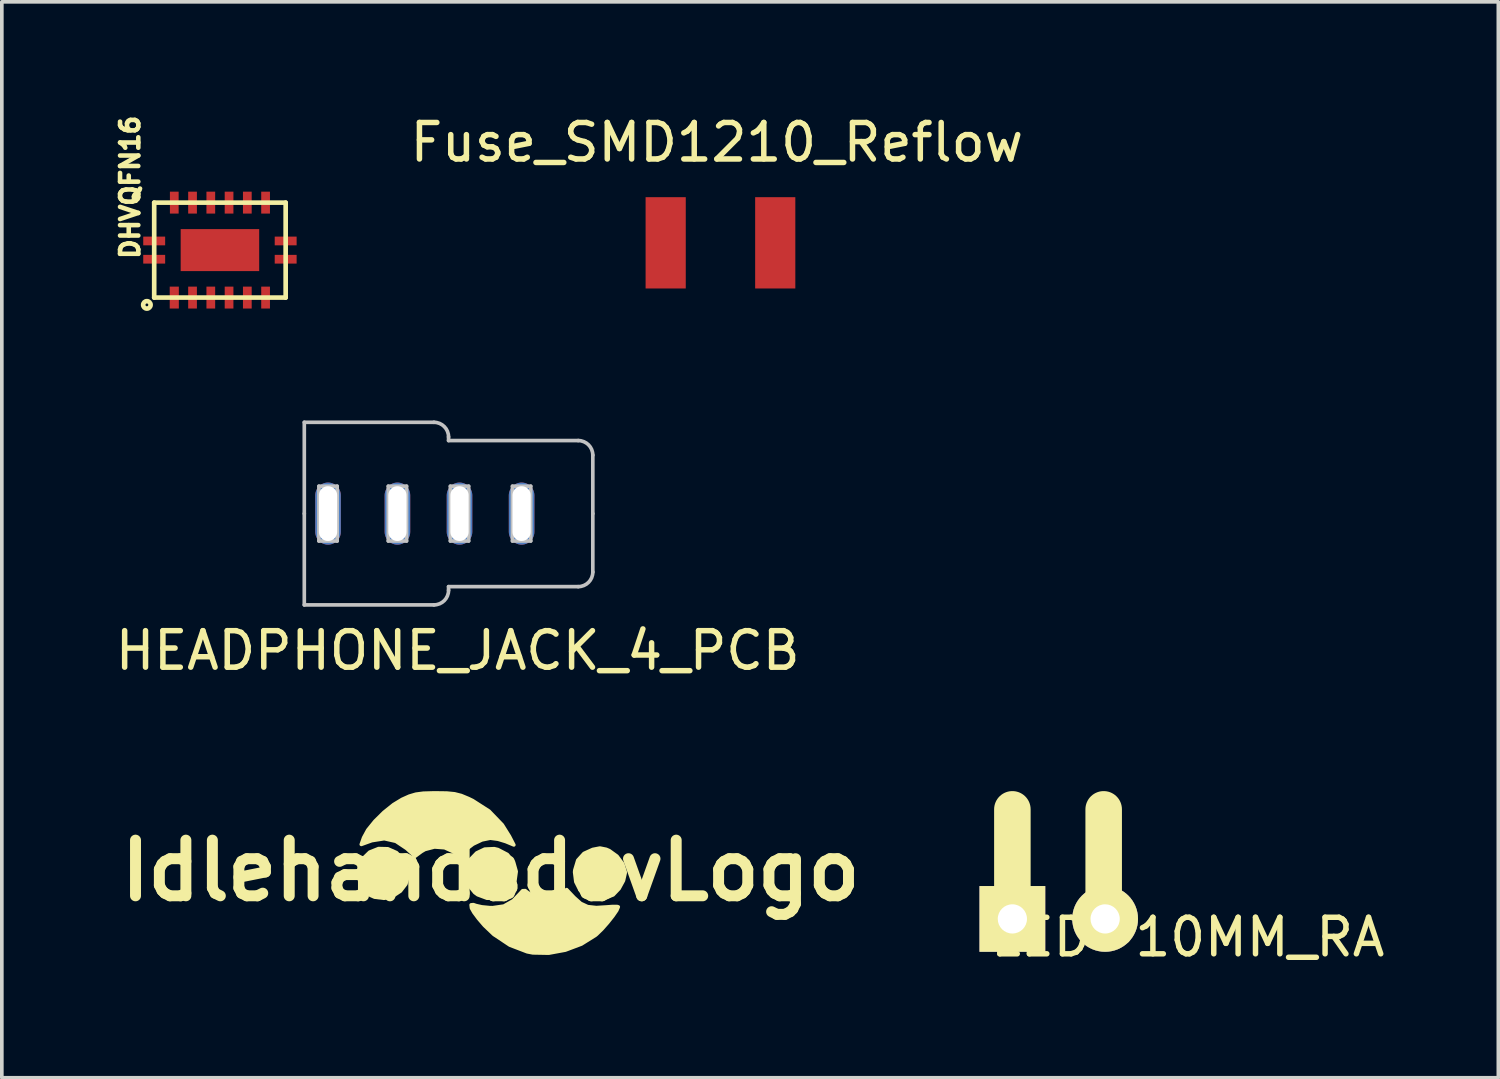
<source format=kicad_pcb>
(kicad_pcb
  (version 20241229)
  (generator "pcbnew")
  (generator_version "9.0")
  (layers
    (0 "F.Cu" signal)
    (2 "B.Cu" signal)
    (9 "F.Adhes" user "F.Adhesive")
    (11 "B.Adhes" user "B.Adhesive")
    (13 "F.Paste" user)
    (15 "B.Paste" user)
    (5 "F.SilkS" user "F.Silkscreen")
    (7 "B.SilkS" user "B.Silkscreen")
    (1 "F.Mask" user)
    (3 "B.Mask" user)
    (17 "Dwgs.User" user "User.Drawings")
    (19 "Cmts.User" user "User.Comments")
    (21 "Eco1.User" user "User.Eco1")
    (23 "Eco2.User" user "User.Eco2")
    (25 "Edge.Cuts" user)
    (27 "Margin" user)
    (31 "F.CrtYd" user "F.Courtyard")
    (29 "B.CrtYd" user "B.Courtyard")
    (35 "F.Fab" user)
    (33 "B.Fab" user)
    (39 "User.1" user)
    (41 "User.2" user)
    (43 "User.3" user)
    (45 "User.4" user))
  (footprint "LED-10MM_RA"
    (layer "F.Cu")
    (at 25.97 22.061)
    (property "Reference" "LED-10MM_RA" (at 3.5 0.55 0) (layer "F.SilkS") (effects (font (size 1 1) (thickness 0.15))))
    (attr through_hole)
    (fp_line (start -1.3 0.1) (end -1.3 -2.95) (stroke (width 1) (type solid)) (layer "F.SilkS"))
    (fp_line (start 1.2 -2.95) (end 1.2 0) (stroke (width 1) (type solid)) (layer "F.SilkS"))
    (pad "1" thru_hole rect (at -1.3 0.05 180) (size 1.8 1.8) (drill 0.8) (layers "*.Cu" "*.Mask" "F.SilkS"))
    (pad "2" thru_hole circle (at 1.24 0.05 180) (size 1.8 1.8) (drill 0.8) (layers "*.Cu" "*.Mask" "F.SilkS")))
  (footprint "HEADPHONE_JACK_4_PCB"
    (layer "F.Cu")
    (at 9.532 11.013)
    (property "Reference" "HEADPHONE_JACK_4_PCB" (at -0.05 3.75 0) (layer "F.SilkS") (effects (font (size 1 1) (thickness 0.15))))
    (attr through_hole)
    (fp_line (start -4.25 -2.5) (end -0.7 -2.5) (stroke (width 0.1) (type solid)) (layer "Dwgs.User"))
    (fp_line (start -4.25 0) (end -4.25 -2.5) (stroke (width 0.1) (type solid)) (layer "Dwgs.User"))
    (fp_line (start -4.25 0) (end -4.25 2.5) (stroke (width 0.1) (type solid)) (layer "Dwgs.User"))
    (fp_line (start -4.25 2.5) (end -0.7 2.5) (stroke (width 0.1) (type solid)) (layer "Dwgs.User"))
    (fp_line (start -3.85 -0.75) (end -3.85 0.75) (stroke (width 0.1) (type solid)) (layer "Dwgs.User"))
    (fp_line (start -3.85 -0.75) (end -3.35 -0.75) (stroke (width 0.1) (type solid)) (layer "Dwgs.User"))
    (fp_line (start -3.35 0.75) (end -3.85 0.75) (stroke (width 0.1) (type solid)) (layer "Dwgs.User"))
    (fp_line (start -3.35 0.75) (end -3.35 -0.75) (stroke (width 0.1) (type solid)) (layer "Dwgs.User"))
    (fp_line (start -1.95 -0.75) (end -1.95 0.75) (stroke (width 0.1) (type solid)) (layer "Dwgs.User"))
    (fp_line (start -1.95 -0.75) (end -1.45 -0.75) (stroke (width 0.1) (type solid)) (layer "Dwgs.User"))
    (fp_line (start -1.45 0.75) (end -1.95 0.75) (stroke (width 0.1) (type solid)) (layer "Dwgs.User"))
    (fp_line (start -1.45 0.75) (end -1.45 -0.75) (stroke (width 0.1) (type solid)) (layer "Dwgs.User"))
    (fp_line (start -0.3 -2.1) (end -0.3 -2) (stroke (width 0.1) (type solid)) (layer "Dwgs.User"))
    (fp_line (start -0.3 -2) (end 3.25 -2) (stroke (width 0.1) (type solid)) (layer "Dwgs.User"))
    (fp_line (start -0.3 2) (end 3.25 2) (stroke (width 0.1) (type solid)) (layer "Dwgs.User"))
    (fp_line (start -0.3 2.1) (end -0.3 2) (stroke (width 0.1) (type solid)) (layer "Dwgs.User"))
    (fp_line (start -0.25 -0.75) (end -0.25 0.75) (stroke (width 0.1) (type solid)) (layer "Dwgs.User"))
    (fp_line (start -0.25 -0.75) (end 0.25 -0.75) (stroke (width 0.1) (type solid)) (layer "Dwgs.User"))
    (fp_line (start 0.25 0.75) (end -0.25 0.75) (stroke (width 0.1) (type solid)) (layer "Dwgs.User"))
    (fp_line (start 0.25 0.75) (end 0.25 -0.75) (stroke (width 0.1) (type solid)) (layer "Dwgs.User"))
    (fp_line (start 1.45 -0.75) (end 1.45 0.75) (stroke (width 0.1) (type solid)) (layer "Dwgs.User"))
    (fp_line (start 1.45 -0.75) (end 1.95 -0.75) (stroke (width 0.1) (type solid)) (layer "Dwgs.User"))
    (fp_line (start 1.95 0.75) (end 1.45 0.75) (stroke (width 0.1) (type solid)) (layer "Dwgs.User"))
    (fp_line (start 1.95 0.75) (end 1.95 -0.75) (stroke (width 0.1) (type solid)) (layer "Dwgs.User"))
    (fp_line (start 3.65 -1.6) (end 3.65 0) (stroke (width 0.1) (type solid)) (layer "Dwgs.User"))
    (fp_line (start 3.65 1.6) (end 3.65 0) (stroke (width 0.1) (type solid)) (layer "Dwgs.User"))
    (fp_arc (start -0.700005 -2.499998) (mid -0.417162 -2.382841) (end -0.300005 -2.099998) (stroke (width 0.1) (type solid)) (layer "Dwgs.User"))
    (fp_arc (start -0.300005 2.099998) (mid -0.417162 2.382841) (end -0.700005 2.499998) (stroke (width 0.1) (type solid)) (layer "Dwgs.User"))
    (fp_arc (start 3.25 -1.999998) (mid 3.532843 -1.882841) (end 3.65 -1.599998) (stroke (width 0.1) (type solid)) (layer "Dwgs.User"))
    (fp_arc (start 3.65 1.599998) (mid 3.532843 1.882841) (end 3.25 1.999998) (stroke (width 0.1) (type solid)) (layer "Dwgs.User"))
    (pad "1" thru_hole oval (at -3.6 0) (size 0.7 1.7) (drill oval 0.5 1.5) (layers "*.Cu" "*.Mask"))
    (pad "2" thru_hole oval (at -1.7 0) (size 0.7 1.7) (drill oval 0.5 1.5) (layers "*.Cu" "*.Mask"))
    (pad "3" thru_hole oval (at 0 0) (size 0.7 1.7) (drill oval 0.5 1.5) (layers "*.Cu" "*.Mask"))
    (pad "4" thru_hole oval (at 1.7 0) (size 0.7 1.7) (drill oval 0.5 1.5) (layers "*.Cu" "*.Mask")))
  (footprint "Fuse_SMD1210_Reflow"
    (layer "F.Cu")
    (at 16.677 3.599)
    (property "Reference" "Fuse_SMD1210_Reflow" (at -0.099 -2.751 0) (layer "F.SilkS") (effects (font (size 1 1) (thickness 0.15))))
    (attr smd)
    (pad "1" smd rect (at -1.5 0 90) (size 2.5 1.1) (layers "F.Cu" "F.Mask" "F.Paste"))
    (pad "2" smd rect (at 1.5 0 90) (size 2.5 1.1) (layers "F.Cu" "F.Mask" "F.Paste")))
  (footprint "IdlehandsdevLogo"
    (layer "F.Cu")
    (at 10.385 20.789)
    (property "Reference" "IdlehandsdevLogo" (at 0 0 0) (layer "F.SilkS") (effects (font (size 1.524 1.524) (thickness 0.3))))
    (attr through_hole)
    (fp_poly (pts (xy -2.256 0.136) (xy -2.323 0.367) (xy -2.471 0.559) (xy -2.678 0.695) (xy -2.921 0.756) (xy -3.177 0.725) (xy -3.295 0.673) (xy -3.477 0.506) (xy -3.588 0.271) (xy -3.619 0.009) (xy -3.56 -0.236) (xy -3.52 -0.304) (xy -3.313 -0.506) (xy -3.07 -0.603) (xy -2.816 -0.597) (xy -2.579 -0.492) (xy -2.384 -0.293) (xy -2.294 -0.117) (xy -2.256 0.136)) (stroke (width 0.1) (type solid)) (fill yes) (layer "F.SilkS"))
    (fp_poly (pts (xy 0.698 0.023) (xy 0.66 0.3) (xy 0.593 0.445) (xy 0.409 0.643) (xy 0.168 0.748) (xy -0.098 0.755) (xy -0.355 0.659) (xy -0.437 0.599) (xy -0.608 0.387) (xy -0.676 0.149) (xy -0.652 -0.091) (xy -0.55 -0.31) (xy -0.382 -0.484) (xy -0.162 -0.588) (xy 0.098 -0.6) (xy 0.196 -0.577) (xy 0.456 -0.442) (xy 0.626 -0.233) (xy 0.698 0.023)) (stroke (width 0.1) (type solid)) (fill yes) (layer "F.SilkS"))
    (fp_poly (pts (xy 3.683 0.061) (xy 3.635 0.273) (xy 3.515 0.493) (xy 3.356 0.66) (xy 3.352 0.663) (xy 3.16 0.737) (xy 2.916 0.754) (xy 2.683 0.711) (xy 2.63 0.689) (xy 2.449 0.536) (xy 2.333 0.306) (xy 2.3 0.041) (xy 2.305 -0.012) (xy 2.386 -0.284) (xy 2.555 -0.47) (xy 2.795 -0.579) (xy 2.991 -0.617) (xy 3.163 -0.583) (xy 3.248 -0.546) (xy 3.458 -0.395) (xy 3.613 -0.188) (xy 3.682 0.033) (xy 3.683 0.061)) (stroke (width 0.1) (type solid)) (fill yes) (layer "F.SilkS"))
    (fp_poly (pts (xy 0.634 -0.705) (xy 0.414 -0.797) (xy 0.203 -0.861) (xy -0.007 -0.889) (xy -0.014 -0.889) (xy -0.239 -0.843) (xy -0.483 -0.727) (xy -0.687 -0.572) (xy -0.749 -0.5) (xy -0.811 -0.427) (xy -0.876 -0.425) (xy -0.988 -0.497) (xy -1.015 -0.517) (xy -1.259 -0.628) (xy -1.539 -0.649) (xy -1.802 -0.58) (xy -1.897 -0.524) (xy -2.07 -0.396) (xy -2.3 -0.607) (xy -2.595 -0.804) (xy -2.913 -0.876) (xy -3.252 -0.823) (xy -3.279 -0.814) (xy -3.542 -0.719) (xy -3.478 -0.902) (xy -3.364 -1.112) (xy -3.169 -1.353) (xy -2.924 -1.595) (xy -2.66 -1.807) (xy -2.425 -1.95) (xy -2.227 -2.039) (xy -2.048 -2.092) (xy -1.843 -2.119) (xy -1.567 -2.127) (xy -1.491 -2.127) (xy -1.2 -2.123) (xy -0.988 -2.102) (xy -0.807 -2.056) (xy -0.61 -1.974) (xy -0.494 -1.918) (xy -0.045 -1.63) (xy 0.317 -1.254) (xy 0.513 -0.94) (xy 0.634 -0.705)) (stroke (width 0.1) (type solid)) (fill yes) (layer "F.SilkS"))
    (fp_poly (pts (xy 3.493 0.993) (xy 3.452 1.088) (xy 3.347 1.241) (xy 3.204 1.422) (xy 3.047 1.6) (xy 2.901 1.742) (xy 2.867 1.77) (xy 2.483 2.01) (xy 2.045 2.175) (xy 1.59 2.259) (xy 1.155 2.251) (xy 1 2.221) (xy 0.526 2.039) (xy 0.087 1.747) (xy -0.172 1.5) (xy -0.333 1.312) (xy -0.458 1.144) (xy -0.522 1.03) (xy -0.524 1.024) (xy -0.534 0.938) (xy -0.473 0.932) (xy -0.402 0.957) (xy -0.242 0.993) (xy -0.027 1.014) (xy 0.054 1.016) (xy 0.363 0.971) (xy 0.618 0.825) (xy 0.785 0.65) (xy 0.876 0.552) (xy 0.945 0.548) (xy 1.018 0.605) (xy 1.224 0.715) (xy 1.482 0.749) (xy 1.744 0.704) (xy 1.863 0.65) (xy 2.08 0.521) (xy 2.284 0.737) (xy 2.466 0.899) (xy 2.656 0.987) (xy 2.894 1.013) (xy 3.149 0.997) (xy 3.338 0.983) (xy 3.463 0.984) (xy 3.493 0.993)) (stroke (width 0.1) (type solid)) (fill yes) (layer "F.SilkS")))
  (footprint "DHVQFN16"
    (layer "F.Cu")
    (at 2.972 3.798)
    (property "Reference" "DHVQFN16" (at -2.46 -1.72 90) (layer "F.SilkS") (effects (font (size 0.5 0.5) (thickness 0.125))))
    (attr through_hole)
    (fp_line (start -1.8 -1.3) (end 1.8 -1.3) (stroke (width 0.127) (type solid)) (layer "F.SilkS"))
    (fp_line (start -1.8 1.3) (end -1.8 -1.3) (stroke (width 0.127) (type solid)) (layer "F.SilkS"))
    (fp_line (start 1.8 -1.3) (end 1.8 1.3) (stroke (width 0.127) (type solid)) (layer "F.SilkS"))
    (fp_line (start 1.8 1.3) (end -1.8 1.3) (stroke (width 0.127) (type solid)) (layer "F.SilkS"))
    (fp_circle (center -2 1.5) (end -2.102 1.5) (stroke (width 0.127) (type solid)) (fill no) (layer "F.SilkS"))
    (pad "1" smd rect (at -1.8 0.25) (size 0.6 0.239) (layers "F.Cu" "F.Mask" "F.Paste"))
    (pad "2" smd rect (at -1.25 1.3) (size 0.25 0.6) (layers "F.Cu" "F.Mask" "F.Paste"))
    (pad "3" smd rect (at -0.75 1.3) (size 0.239 0.6) (layers "F.Cu" "F.Mask" "F.Paste"))
    (pad "4" smd rect (at -0.25 1.3) (size 0.239 0.6) (layers "F.Cu" "F.Mask" "F.Paste"))
    (pad "5" smd rect (at 0.25 1.3) (size 0.239 0.6) (layers "F.Cu" "F.Mask" "F.Paste"))
    (pad "6" smd rect (at 0.75 1.3) (size 0.239 0.6) (layers "F.Cu" "F.Mask" "F.Paste"))
    (pad "7" smd rect (at 1.25 1.3) (size 0.239 0.6) (layers "F.Cu" "F.Mask" "F.Paste"))
    (pad "8" smd rect (at 0 0) (size 2.15 1.15) (layers "F.Cu" "F.Mask" "F.Paste"))
    (pad "8" smd rect (at 1.8 0.25) (size 0.6 0.239) (layers "F.Cu" "F.Mask" "F.Paste"))
    (pad "9" smd rect (at 1.8 -0.25) (size 0.6 0.239) (layers "F.Cu" "F.Mask" "F.Paste"))
    (pad "10" smd rect (at 1.25 -1.3) (size 0.239 0.6) (layers "F.Cu" "F.Mask" "F.Paste"))
    (pad "11" smd rect (at 0.75 -1.3) (size 0.239 0.6) (layers "F.Cu" "F.Mask" "F.Paste"))
    (pad "12" smd rect (at 0.25 -1.3) (size 0.239 0.6) (layers "F.Cu" "F.Mask" "F.Paste"))
    (pad "13" smd rect (at -0.25 -1.3) (size 0.239 0.6) (layers "F.Cu" "F.Mask" "F.Paste"))
    (pad "14" smd rect (at -0.75 -1.3) (size 0.239 0.6) (layers "F.Cu" "F.Mask" "F.Paste"))
    (pad "15" smd rect (at -1.25 -1.3) (size 0.239 0.6) (layers "F.Cu" "F.Mask" "F.Paste"))
    (pad "16" smd rect (at -1.8 -0.25) (size 0.6 0.239) (layers "F.Cu" "F.Mask" "F.Paste")))
  (gr_rect
    (start -3 -3)
    (end 37.976 26.46)
    (stroke (width 0.1) (type default))
    (fill no)
    (layer "Edge.Cuts")))
</source>
